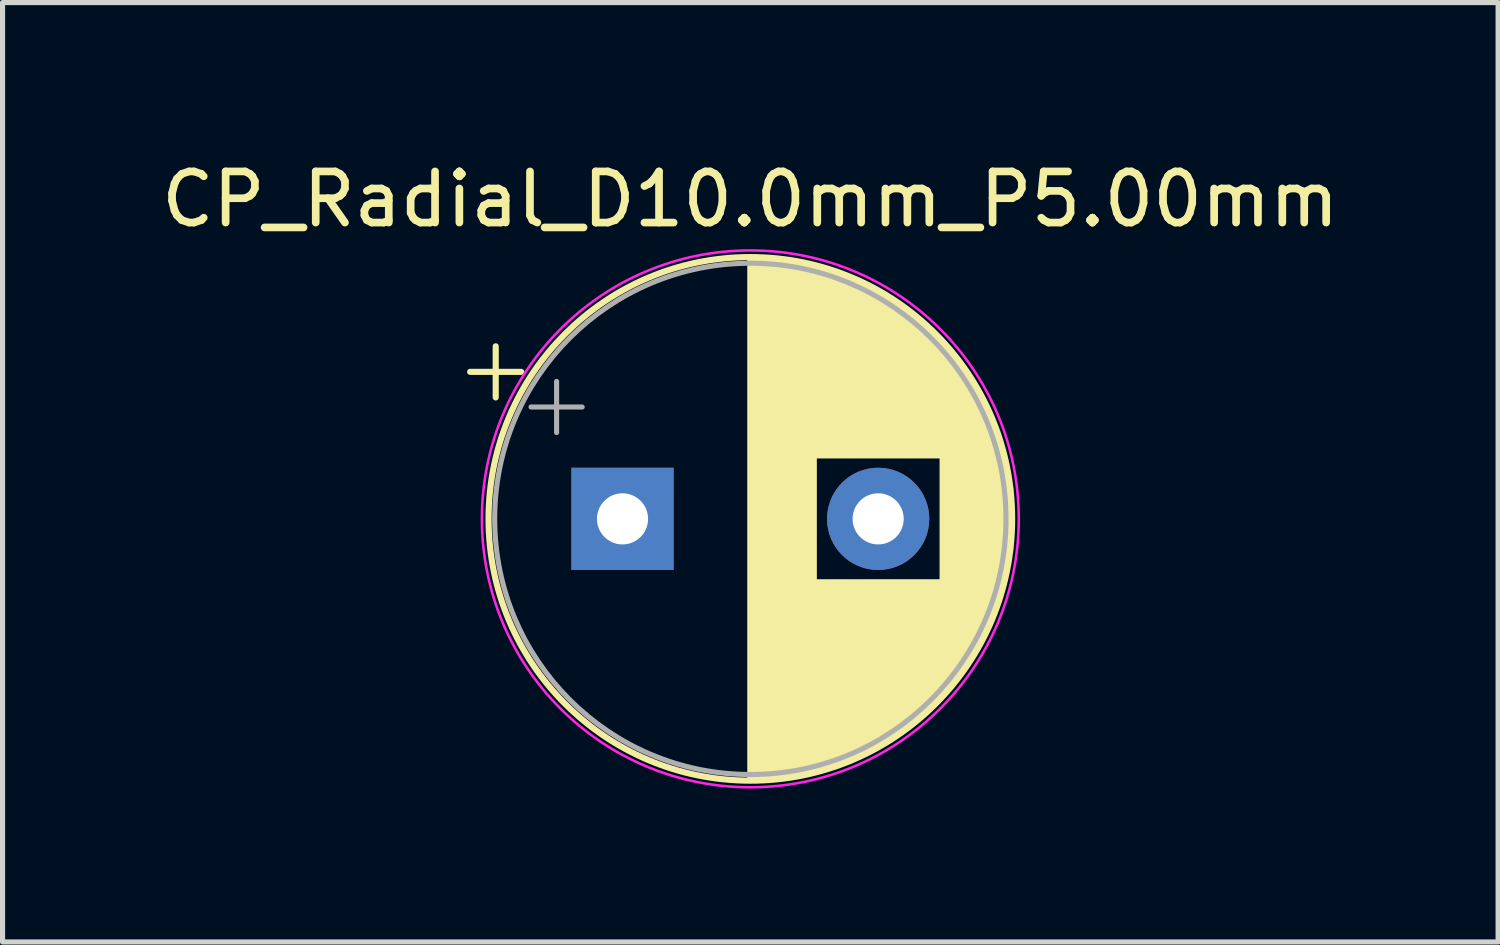
<source format=kicad_pcb>
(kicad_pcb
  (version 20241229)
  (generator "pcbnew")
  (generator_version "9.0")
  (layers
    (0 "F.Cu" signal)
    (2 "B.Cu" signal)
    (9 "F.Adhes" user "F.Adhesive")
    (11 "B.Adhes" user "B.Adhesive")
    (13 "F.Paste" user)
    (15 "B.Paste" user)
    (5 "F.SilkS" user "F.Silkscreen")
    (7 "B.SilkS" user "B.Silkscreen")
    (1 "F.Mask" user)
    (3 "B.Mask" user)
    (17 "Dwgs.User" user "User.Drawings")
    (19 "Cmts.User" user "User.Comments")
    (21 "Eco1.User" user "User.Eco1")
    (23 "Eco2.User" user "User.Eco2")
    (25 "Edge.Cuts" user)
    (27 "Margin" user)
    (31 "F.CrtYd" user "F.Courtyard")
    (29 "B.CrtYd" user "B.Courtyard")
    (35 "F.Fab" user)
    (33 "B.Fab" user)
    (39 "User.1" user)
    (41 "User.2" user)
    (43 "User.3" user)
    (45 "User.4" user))
  (footprint "CP_Radial_D10.0mm_P5.00mm"
    (layer "F.Cu")
    (at 9.125 7.098)
    (property "Reference" "CP_Radial_D10.0mm_P5.00mm" (at 2.5 -6.25 180) (layer "F.SilkS") (effects (font (size 1 1) (thickness 0.15))))
    (attr through_hole)
    (fp_line (start -2.98 -2.875) (end -1.98 -2.875) (stroke (width 0.12) (type solid)) (layer "F.SilkS"))
    (fp_line (start -2.48 -3.375) (end -2.48 -2.375) (stroke (width 0.12) (type solid)) (layer "F.SilkS"))
    (fp_line (start 2.5 -5.08) (end 2.5 5.08) (stroke (width 0.12) (type solid)) (layer "F.SilkS"))
    (fp_line (start 2.54 -5.08) (end 2.54 5.08) (stroke (width 0.12) (type solid)) (layer "F.SilkS"))
    (fp_line (start 2.58 -5.08) (end 2.58 5.08) (stroke (width 0.12) (type solid)) (layer "F.SilkS"))
    (fp_line (start 2.62 -5.079) (end 2.62 5.079) (stroke (width 0.12) (type solid)) (layer "F.SilkS"))
    (fp_line (start 2.66 -5.078) (end 2.66 5.078) (stroke (width 0.12) (type solid)) (layer "F.SilkS"))
    (fp_line (start 2.7 -5.077) (end 2.7 5.077) (stroke (width 0.12) (type solid)) (layer "F.SilkS"))
    (fp_line (start 2.74 -5.075) (end 2.74 5.075) (stroke (width 0.12) (type solid)) (layer "F.SilkS"))
    (fp_line (start 2.78 -5.073) (end 2.78 5.073) (stroke (width 0.12) (type solid)) (layer "F.SilkS"))
    (fp_line (start 2.82 -5.07) (end 2.82 5.07) (stroke (width 0.12) (type solid)) (layer "F.SilkS"))
    (fp_line (start 2.86 -5.068) (end 2.86 5.068) (stroke (width 0.12) (type solid)) (layer "F.SilkS"))
    (fp_line (start 2.9 -5.065) (end 2.9 5.065) (stroke (width 0.12) (type solid)) (layer "F.SilkS"))
    (fp_line (start 2.94 -5.062) (end 2.94 5.062) (stroke (width 0.12) (type solid)) (layer "F.SilkS"))
    (fp_line (start 2.98 -5.058) (end 2.98 5.058) (stroke (width 0.12) (type solid)) (layer "F.SilkS"))
    (fp_line (start 3.02 -5.054) (end 3.02 5.054) (stroke (width 0.12) (type solid)) (layer "F.SilkS"))
    (fp_line (start 3.06 -5.05) (end 3.06 5.05) (stroke (width 0.12) (type solid)) (layer "F.SilkS"))
    (fp_line (start 3.1 -5.045) (end 3.1 5.045) (stroke (width 0.12) (type solid)) (layer "F.SilkS"))
    (fp_line (start 3.14 -5.04) (end 3.14 5.04) (stroke (width 0.12) (type solid)) (layer "F.SilkS"))
    (fp_line (start 3.18 -5.035) (end 3.18 5.035) (stroke (width 0.12) (type solid)) (layer "F.SilkS"))
    (fp_line (start 3.221 -5.03) (end 3.221 5.03) (stroke (width 0.12) (type solid)) (layer "F.SilkS"))
    (fp_line (start 3.261 -5.024) (end 3.261 5.024) (stroke (width 0.12) (type solid)) (layer "F.SilkS"))
    (fp_line (start 3.301 -5.018) (end 3.301 5.018) (stroke (width 0.12) (type solid)) (layer "F.SilkS"))
    (fp_line (start 3.341 -5.011) (end 3.341 5.011) (stroke (width 0.12) (type solid)) (layer "F.SilkS"))
    (fp_line (start 3.381 -5.004) (end 3.381 5.004) (stroke (width 0.12) (type solid)) (layer "F.SilkS"))
    (fp_line (start 3.421 -4.997) (end 3.421 4.997) (stroke (width 0.12) (type solid)) (layer "F.SilkS"))
    (fp_line (start 3.461 -4.99) (end 3.461 4.99) (stroke (width 0.12) (type solid)) (layer "F.SilkS"))
    (fp_line (start 3.501 -4.982) (end 3.501 4.982) (stroke (width 0.12) (type solid)) (layer "F.SilkS"))
    (fp_line (start 3.541 -4.974) (end 3.541 4.974) (stroke (width 0.12) (type solid)) (layer "F.SilkS"))
    (fp_line (start 3.581 -4.965) (end 3.581 4.965) (stroke (width 0.12) (type solid)) (layer "F.SilkS"))
    (fp_line (start 3.621 -4.956) (end 3.621 4.956) (stroke (width 0.12) (type solid)) (layer "F.SilkS"))
    (fp_line (start 3.661 -4.947) (end 3.661 4.947) (stroke (width 0.12) (type solid)) (layer "F.SilkS"))
    (fp_line (start 3.701 -4.938) (end 3.701 4.938) (stroke (width 0.12) (type solid)) (layer "F.SilkS"))
    (fp_line (start 3.741 -4.928) (end 3.741 4.928) (stroke (width 0.12) (type solid)) (layer "F.SilkS"))
    (fp_line (start 3.781 -4.918) (end 3.781 -1.241) (stroke (width 0.12) (type solid)) (layer "F.SilkS"))
    (fp_line (start 3.781 1.241) (end 3.781 4.918) (stroke (width 0.12) (type solid)) (layer "F.SilkS"))
    (fp_line (start 3.821 -4.907) (end 3.821 -1.241) (stroke (width 0.12) (type solid)) (layer "F.SilkS"))
    (fp_line (start 3.821 1.241) (end 3.821 4.907) (stroke (width 0.12) (type solid)) (layer "F.SilkS"))
    (fp_line (start 3.861 -4.897) (end 3.861 -1.241) (stroke (width 0.12) (type solid)) (layer "F.SilkS"))
    (fp_line (start 3.861 1.241) (end 3.861 4.897) (stroke (width 0.12) (type solid)) (layer "F.SilkS"))
    (fp_line (start 3.901 -4.885) (end 3.901 -1.241) (stroke (width 0.12) (type solid)) (layer "F.SilkS"))
    (fp_line (start 3.901 1.241) (end 3.901 4.885) (stroke (width 0.12) (type solid)) (layer "F.SilkS"))
    (fp_line (start 3.941 -4.874) (end 3.941 -1.241) (stroke (width 0.12) (type solid)) (layer "F.SilkS"))
    (fp_line (start 3.941 1.241) (end 3.941 4.874) (stroke (width 0.12) (type solid)) (layer "F.SilkS"))
    (fp_line (start 3.981 -4.862) (end 3.981 -1.241) (stroke (width 0.12) (type solid)) (layer "F.SilkS"))
    (fp_line (start 3.981 1.241) (end 3.981 4.862) (stroke (width 0.12) (type solid)) (layer "F.SilkS"))
    (fp_line (start 4.021 -4.85) (end 4.021 -1.241) (stroke (width 0.12) (type solid)) (layer "F.SilkS"))
    (fp_line (start 4.021 1.241) (end 4.021 4.85) (stroke (width 0.12) (type solid)) (layer "F.SilkS"))
    (fp_line (start 4.061 -4.837) (end 4.061 -1.241) (stroke (width 0.12) (type solid)) (layer "F.SilkS"))
    (fp_line (start 4.061 1.241) (end 4.061 4.837) (stroke (width 0.12) (type solid)) (layer "F.SilkS"))
    (fp_line (start 4.101 -4.824) (end 4.101 -1.241) (stroke (width 0.12) (type solid)) (layer "F.SilkS"))
    (fp_line (start 4.101 1.241) (end 4.101 4.824) (stroke (width 0.12) (type solid)) (layer "F.SilkS"))
    (fp_line (start 4.141 -4.811) (end 4.141 -1.241) (stroke (width 0.12) (type solid)) (layer "F.SilkS"))
    (fp_line (start 4.141 1.241) (end 4.141 4.811) (stroke (width 0.12) (type solid)) (layer "F.SilkS"))
    (fp_line (start 4.181 -4.797) (end 4.181 -1.241) (stroke (width 0.12) (type solid)) (layer "F.SilkS"))
    (fp_line (start 4.181 1.241) (end 4.181 4.797) (stroke (width 0.12) (type solid)) (layer "F.SilkS"))
    (fp_line (start 4.221 -4.783) (end 4.221 -1.241) (stroke (width 0.12) (type solid)) (layer "F.SilkS"))
    (fp_line (start 4.221 1.241) (end 4.221 4.783) (stroke (width 0.12) (type solid)) (layer "F.SilkS"))
    (fp_line (start 4.261 -4.768) (end 4.261 -1.241) (stroke (width 0.12) (type solid)) (layer "F.SilkS"))
    (fp_line (start 4.261 1.241) (end 4.261 4.768) (stroke (width 0.12) (type solid)) (layer "F.SilkS"))
    (fp_line (start 4.301 -4.754) (end 4.301 -1.241) (stroke (width 0.12) (type solid)) (layer "F.SilkS"))
    (fp_line (start 4.301 1.241) (end 4.301 4.754) (stroke (width 0.12) (type solid)) (layer "F.SilkS"))
    (fp_line (start 4.341 -4.738) (end 4.341 -1.241) (stroke (width 0.12) (type solid)) (layer "F.SilkS"))
    (fp_line (start 4.341 1.241) (end 4.341 4.738) (stroke (width 0.12) (type solid)) (layer "F.SilkS"))
    (fp_line (start 4.381 -4.723) (end 4.381 -1.241) (stroke (width 0.12) (type solid)) (layer "F.SilkS"))
    (fp_line (start 4.381 1.241) (end 4.381 4.723) (stroke (width 0.12) (type solid)) (layer "F.SilkS"))
    (fp_line (start 4.421 -4.707) (end 4.421 -1.241) (stroke (width 0.12) (type solid)) (layer "F.SilkS"))
    (fp_line (start 4.421 1.241) (end 4.421 4.707) (stroke (width 0.12) (type solid)) (layer "F.SilkS"))
    (fp_line (start 4.461 -4.69) (end 4.461 -1.241) (stroke (width 0.12) (type solid)) (layer "F.SilkS"))
    (fp_line (start 4.461 1.241) (end 4.461 4.69) (stroke (width 0.12) (type solid)) (layer "F.SilkS"))
    (fp_line (start 4.501 -4.674) (end 4.501 -1.241) (stroke (width 0.12) (type solid)) (layer "F.SilkS"))
    (fp_line (start 4.501 1.241) (end 4.501 4.674) (stroke (width 0.12) (type solid)) (layer "F.SilkS"))
    (fp_line (start 4.541 -4.657) (end 4.541 -1.241) (stroke (width 0.12) (type solid)) (layer "F.SilkS"))
    (fp_line (start 4.541 1.241) (end 4.541 4.657) (stroke (width 0.12) (type solid)) (layer "F.SilkS"))
    (fp_line (start 4.581 -4.639) (end 4.581 -1.241) (stroke (width 0.12) (type solid)) (layer "F.SilkS"))
    (fp_line (start 4.581 1.241) (end 4.581 4.639) (stroke (width 0.12) (type solid)) (layer "F.SilkS"))
    (fp_line (start 4.621 -4.621) (end 4.621 -1.241) (stroke (width 0.12) (type solid)) (layer "F.SilkS"))
    (fp_line (start 4.621 1.241) (end 4.621 4.621) (stroke (width 0.12) (type solid)) (layer "F.SilkS"))
    (fp_line (start 4.661 -4.603) (end 4.661 -1.241) (stroke (width 0.12) (type solid)) (layer "F.SilkS"))
    (fp_line (start 4.661 1.241) (end 4.661 4.603) (stroke (width 0.12) (type solid)) (layer "F.SilkS"))
    (fp_line (start 4.701 -4.584) (end 4.701 -1.241) (stroke (width 0.12) (type solid)) (layer "F.SilkS"))
    (fp_line (start 4.701 1.241) (end 4.701 4.584) (stroke (width 0.12) (type solid)) (layer "F.SilkS"))
    (fp_line (start 4.741 -4.564) (end 4.741 -1.241) (stroke (width 0.12) (type solid)) (layer "F.SilkS"))
    (fp_line (start 4.741 1.241) (end 4.741 4.564) (stroke (width 0.12) (type solid)) (layer "F.SilkS"))
    (fp_line (start 4.781 -4.545) (end 4.781 -1.241) (stroke (width 0.12) (type solid)) (layer "F.SilkS"))
    (fp_line (start 4.781 1.241) (end 4.781 4.545) (stroke (width 0.12) (type solid)) (layer "F.SilkS"))
    (fp_line (start 4.821 -4.525) (end 4.821 -1.241) (stroke (width 0.12) (type solid)) (layer "F.SilkS"))
    (fp_line (start 4.821 1.241) (end 4.821 4.525) (stroke (width 0.12) (type solid)) (layer "F.SilkS"))
    (fp_line (start 4.861 -4.504) (end 4.861 -1.241) (stroke (width 0.12) (type solid)) (layer "F.SilkS"))
    (fp_line (start 4.861 1.241) (end 4.861 4.504) (stroke (width 0.12) (type solid)) (layer "F.SilkS"))
    (fp_line (start 4.901 -4.483) (end 4.901 -1.241) (stroke (width 0.12) (type solid)) (layer "F.SilkS"))
    (fp_line (start 4.901 1.241) (end 4.901 4.483) (stroke (width 0.12) (type solid)) (layer "F.SilkS"))
    (fp_line (start 4.941 -4.462) (end 4.941 -1.241) (stroke (width 0.12) (type solid)) (layer "F.SilkS"))
    (fp_line (start 4.941 1.241) (end 4.941 4.462) (stroke (width 0.12) (type solid)) (layer "F.SilkS"))
    (fp_line (start 4.981 -4.44) (end 4.981 -1.241) (stroke (width 0.12) (type solid)) (layer "F.SilkS"))
    (fp_line (start 4.981 1.241) (end 4.981 4.44) (stroke (width 0.12) (type solid)) (layer "F.SilkS"))
    (fp_line (start 5.021 -4.417) (end 5.021 -1.241) (stroke (width 0.12) (type solid)) (layer "F.SilkS"))
    (fp_line (start 5.021 1.241) (end 5.021 4.417) (stroke (width 0.12) (type solid)) (layer "F.SilkS"))
    (fp_line (start 5.061 -4.395) (end 5.061 -1.241) (stroke (width 0.12) (type solid)) (layer "F.SilkS"))
    (fp_line (start 5.061 1.241) (end 5.061 4.395) (stroke (width 0.12) (type solid)) (layer "F.SilkS"))
    (fp_line (start 5.101 -4.371) (end 5.101 -1.241) (stroke (width 0.12) (type solid)) (layer "F.SilkS"))
    (fp_line (start 5.101 1.241) (end 5.101 4.371) (stroke (width 0.12) (type solid)) (layer "F.SilkS"))
    (fp_line (start 5.141 -4.347) (end 5.141 -1.241) (stroke (width 0.12) (type solid)) (layer "F.SilkS"))
    (fp_line (start 5.141 1.241) (end 5.141 4.347) (stroke (width 0.12) (type solid)) (layer "F.SilkS"))
    (fp_line (start 5.181 -4.323) (end 5.181 -1.241) (stroke (width 0.12) (type solid)) (layer "F.SilkS"))
    (fp_line (start 5.181 1.241) (end 5.181 4.323) (stroke (width 0.12) (type solid)) (layer "F.SilkS"))
    (fp_line (start 5.221 -4.298) (end 5.221 -1.241) (stroke (width 0.12) (type solid)) (layer "F.SilkS"))
    (fp_line (start 5.221 1.241) (end 5.221 4.298) (stroke (width 0.12) (type solid)) (layer "F.SilkS"))
    (fp_line (start 5.261 -4.273) (end 5.261 -1.241) (stroke (width 0.12) (type solid)) (layer "F.SilkS"))
    (fp_line (start 5.261 1.241) (end 5.261 4.273) (stroke (width 0.12) (type solid)) (layer "F.SilkS"))
    (fp_line (start 5.301 -4.247) (end 5.301 -1.241) (stroke (width 0.12) (type solid)) (layer "F.SilkS"))
    (fp_line (start 5.301 1.241) (end 5.301 4.247) (stroke (width 0.12) (type solid)) (layer "F.SilkS"))
    (fp_line (start 5.341 -4.221) (end 5.341 -1.241) (stroke (width 0.12) (type solid)) (layer "F.SilkS"))
    (fp_line (start 5.341 1.241) (end 5.341 4.221) (stroke (width 0.12) (type solid)) (layer "F.SilkS"))
    (fp_line (start 5.381 -4.194) (end 5.381 -1.241) (stroke (width 0.12) (type solid)) (layer "F.SilkS"))
    (fp_line (start 5.381 1.241) (end 5.381 4.194) (stroke (width 0.12) (type solid)) (layer "F.SilkS"))
    (fp_line (start 5.421 -4.166) (end 5.421 -1.241) (stroke (width 0.12) (type solid)) (layer "F.SilkS"))
    (fp_line (start 5.421 1.241) (end 5.421 4.166) (stroke (width 0.12) (type solid)) (layer "F.SilkS"))
    (fp_line (start 5.461 -4.138) (end 5.461 -1.241) (stroke (width 0.12) (type solid)) (layer "F.SilkS"))
    (fp_line (start 5.461 1.241) (end 5.461 4.138) (stroke (width 0.12) (type solid)) (layer "F.SilkS"))
    (fp_line (start 5.501 -4.11) (end 5.501 -1.241) (stroke (width 0.12) (type solid)) (layer "F.SilkS"))
    (fp_line (start 5.501 1.241) (end 5.501 4.11) (stroke (width 0.12) (type solid)) (layer "F.SilkS"))
    (fp_line (start 5.541 -4.08) (end 5.541 -1.241) (stroke (width 0.12) (type solid)) (layer "F.SilkS"))
    (fp_line (start 5.541 1.241) (end 5.541 4.08) (stroke (width 0.12) (type solid)) (layer "F.SilkS"))
    (fp_line (start 5.581 -4.05) (end 5.581 -1.241) (stroke (width 0.12) (type solid)) (layer "F.SilkS"))
    (fp_line (start 5.581 1.241) (end 5.581 4.05) (stroke (width 0.12) (type solid)) (layer "F.SilkS"))
    (fp_line (start 5.621 -4.02) (end 5.621 -1.241) (stroke (width 0.12) (type solid)) (layer "F.SilkS"))
    (fp_line (start 5.621 1.241) (end 5.621 4.02) (stroke (width 0.12) (type solid)) (layer "F.SilkS"))
    (fp_line (start 5.661 -3.989) (end 5.661 -1.241) (stroke (width 0.12) (type solid)) (layer "F.SilkS"))
    (fp_line (start 5.661 1.241) (end 5.661 3.989) (stroke (width 0.12) (type solid)) (layer "F.SilkS"))
    (fp_line (start 5.701 -3.957) (end 5.701 -1.241) (stroke (width 0.12) (type solid)) (layer "F.SilkS"))
    (fp_line (start 5.701 1.241) (end 5.701 3.957) (stroke (width 0.12) (type solid)) (layer "F.SilkS"))
    (fp_line (start 5.741 -3.925) (end 5.741 -1.241) (stroke (width 0.12) (type solid)) (layer "F.SilkS"))
    (fp_line (start 5.741 1.241) (end 5.741 3.925) (stroke (width 0.12) (type solid)) (layer "F.SilkS"))
    (fp_line (start 5.781 -3.892) (end 5.781 -1.241) (stroke (width 0.12) (type solid)) (layer "F.SilkS"))
    (fp_line (start 5.781 1.241) (end 5.781 3.892) (stroke (width 0.12) (type solid)) (layer "F.SilkS"))
    (fp_line (start 5.821 -3.858) (end 5.821 -1.241) (stroke (width 0.12) (type solid)) (layer "F.SilkS"))
    (fp_line (start 5.821 1.241) (end 5.821 3.858) (stroke (width 0.12) (type solid)) (layer "F.SilkS"))
    (fp_line (start 5.861 -3.824) (end 5.861 -1.241) (stroke (width 0.12) (type solid)) (layer "F.SilkS"))
    (fp_line (start 5.861 1.241) (end 5.861 3.824) (stroke (width 0.12) (type solid)) (layer "F.SilkS"))
    (fp_line (start 5.901 -3.789) (end 5.901 -1.241) (stroke (width 0.12) (type solid)) (layer "F.SilkS"))
    (fp_line (start 5.901 1.241) (end 5.901 3.789) (stroke (width 0.12) (type solid)) (layer "F.SilkS"))
    (fp_line (start 5.941 -3.753) (end 5.941 -1.241) (stroke (width 0.12) (type solid)) (layer "F.SilkS"))
    (fp_line (start 5.941 1.241) (end 5.941 3.753) (stroke (width 0.12) (type solid)) (layer "F.SilkS"))
    (fp_line (start 5.981 -3.716) (end 5.981 -1.241) (stroke (width 0.12) (type solid)) (layer "F.SilkS"))
    (fp_line (start 5.981 1.241) (end 5.981 3.716) (stroke (width 0.12) (type solid)) (layer "F.SilkS"))
    (fp_line (start 6.021 -3.679) (end 6.021 -1.241) (stroke (width 0.12) (type solid)) (layer "F.SilkS"))
    (fp_line (start 6.021 1.241) (end 6.021 3.679) (stroke (width 0.12) (type solid)) (layer "F.SilkS"))
    (fp_line (start 6.061 -3.64) (end 6.061 -1.241) (stroke (width 0.12) (type solid)) (layer "F.SilkS"))
    (fp_line (start 6.061 1.241) (end 6.061 3.64) (stroke (width 0.12) (type solid)) (layer "F.SilkS"))
    (fp_line (start 6.101 -3.601) (end 6.101 -1.241) (stroke (width 0.12) (type solid)) (layer "F.SilkS"))
    (fp_line (start 6.101 1.241) (end 6.101 3.601) (stroke (width 0.12) (type solid)) (layer "F.SilkS"))
    (fp_line (start 6.141 -3.561) (end 6.141 -1.241) (stroke (width 0.12) (type solid)) (layer "F.SilkS"))
    (fp_line (start 6.141 1.241) (end 6.141 3.561) (stroke (width 0.12) (type solid)) (layer "F.SilkS"))
    (fp_line (start 6.181 -3.52) (end 6.181 -1.241) (stroke (width 0.12) (type solid)) (layer "F.SilkS"))
    (fp_line (start 6.181 1.241) (end 6.181 3.52) (stroke (width 0.12) (type solid)) (layer "F.SilkS"))
    (fp_line (start 6.221 -3.478) (end 6.221 -1.241) (stroke (width 0.12) (type solid)) (layer "F.SilkS"))
    (fp_line (start 6.221 1.241) (end 6.221 3.478) (stroke (width 0.12) (type solid)) (layer "F.SilkS"))
    (fp_line (start 6.261 -3.436) (end 6.261 3.436) (stroke (width 0.12) (type solid)) (layer "F.SilkS"))
    (fp_line (start 6.301 -3.392) (end 6.301 3.392) (stroke (width 0.12) (type solid)) (layer "F.SilkS"))
    (fp_line (start 6.341 -3.347) (end 6.341 3.347) (stroke (width 0.12) (type solid)) (layer "F.SilkS"))
    (fp_line (start 6.381 -3.301) (end 6.381 3.301) (stroke (width 0.12) (type solid)) (layer "F.SilkS"))
    (fp_line (start 6.421 -3.254) (end 6.421 3.254) (stroke (width 0.12) (type solid)) (layer "F.SilkS"))
    (fp_line (start 6.461 -3.206) (end 6.461 3.206) (stroke (width 0.12) (type solid)) (layer "F.SilkS"))
    (fp_line (start 6.501 -3.156) (end 6.501 3.156) (stroke (width 0.12) (type solid)) (layer "F.SilkS"))
    (fp_line (start 6.541 -3.106) (end 6.541 3.106) (stroke (width 0.12) (type solid)) (layer "F.SilkS"))
    (fp_line (start 6.581 -3.054) (end 6.581 3.054) (stroke (width 0.12) (type solid)) (layer "F.SilkS"))
    (fp_line (start 6.621 -3) (end 6.621 3) (stroke (width 0.12) (type solid)) (layer "F.SilkS"))
    (fp_line (start 6.661 -2.945) (end 6.661 2.945) (stroke (width 0.12) (type solid)) (layer "F.SilkS"))
    (fp_line (start 6.701 -2.889) (end 6.701 2.889) (stroke (width 0.12) (type solid)) (layer "F.SilkS"))
    (fp_line (start 6.741 -2.83) (end 6.741 2.83) (stroke (width 0.12) (type solid)) (layer "F.SilkS"))
    (fp_line (start 6.781 -2.77) (end 6.781 2.77) (stroke (width 0.12) (type solid)) (layer "F.SilkS"))
    (fp_line (start 6.821 -2.709) (end 6.821 2.709) (stroke (width 0.12) (type solid)) (layer "F.SilkS"))
    (fp_line (start 6.861 -2.645) (end 6.861 2.645) (stroke (width 0.12) (type solid)) (layer "F.SilkS"))
    (fp_line (start 6.901 -2.579) (end 6.901 2.579) (stroke (width 0.12) (type solid)) (layer "F.SilkS"))
    (fp_line (start 6.941 -2.51) (end 6.941 2.51) (stroke (width 0.12) (type solid)) (layer "F.SilkS"))
    (fp_line (start 6.981 -2.439) (end 6.981 2.439) (stroke (width 0.12) (type solid)) (layer "F.SilkS"))
    (fp_line (start 7.021 -2.365) (end 7.021 2.365) (stroke (width 0.12) (type solid)) (layer "F.SilkS"))
    (fp_line (start 7.061 -2.289) (end 7.061 2.289) (stroke (width 0.12) (type solid)) (layer "F.SilkS"))
    (fp_line (start 7.101 -2.209) (end 7.101 2.209) (stroke (width 0.12) (type solid)) (layer "F.SilkS"))
    (fp_line (start 7.141 -2.125) (end 7.141 2.125) (stroke (width 0.12) (type solid)) (layer "F.SilkS"))
    (fp_line (start 7.181 -2.037) (end 7.181 2.037) (stroke (width 0.12) (type solid)) (layer "F.SilkS"))
    (fp_line (start 7.221 -1.944) (end 7.221 1.944) (stroke (width 0.12) (type solid)) (layer "F.SilkS"))
    (fp_line (start 7.261 -1.846) (end 7.261 1.846) (stroke (width 0.12) (type solid)) (layer "F.SilkS"))
    (fp_line (start 7.301 -1.742) (end 7.301 1.742) (stroke (width 0.12) (type solid)) (layer "F.SilkS"))
    (fp_line (start 7.341 -1.63) (end 7.341 1.63) (stroke (width 0.12) (type solid)) (layer "F.SilkS"))
    (fp_line (start 7.381 -1.51) (end 7.381 1.51) (stroke (width 0.12) (type solid)) (layer "F.SilkS"))
    (fp_line (start 7.421 -1.378) (end 7.421 1.378) (stroke (width 0.12) (type solid)) (layer "F.SilkS"))
    (fp_line (start 7.461 -1.23) (end 7.461 1.23) (stroke (width 0.12) (type solid)) (layer "F.SilkS"))
    (fp_line (start 7.501 -1.062) (end 7.501 1.062) (stroke (width 0.12) (type solid)) (layer "F.SilkS"))
    (fp_line (start 7.541 -0.862) (end 7.541 0.862) (stroke (width 0.12) (type solid)) (layer "F.SilkS"))
    (fp_line (start 7.581 -0.599) (end 7.581 0.599) (stroke (width 0.12) (type solid)) (layer "F.SilkS"))
    (fp_circle (center 2.5 0) (end 7.62 0) (stroke (width 0.12) (type solid)) (fill no) (layer "F.SilkS"))
    (fp_circle (center 2.5 0) (end 7.75 0) (stroke (width 0.05) (type solid)) (fill no) (layer "F.CrtYd"))
    (fp_line (start -1.789 -2.188) (end -0.789 -2.188) (stroke (width 0.1) (type solid)) (layer "F.Fab"))
    (fp_line (start -1.289 -2.688) (end -1.289 -1.688) (stroke (width 0.1) (type solid)) (layer "F.Fab"))
    (fp_circle (center 2.5 0) (end 7.5 0) (stroke (width 0.1) (type solid)) (fill no) (layer "F.Fab"))
    (pad "1" thru_hole rect (at 0 0) (size 2 2) (drill 1) (layers "*.Cu" "*.Mask"))
    (pad "2" thru_hole circle (at 5 0) (size 2 2) (drill 1) (layers "*.Cu" "*.Mask")))
  (gr_rect
    (start -3 -3)
    (end 26.25 15.373)
    (stroke (width 0.1) (type default))
    (fill no)
    (layer "Edge.Cuts")))
</source>
